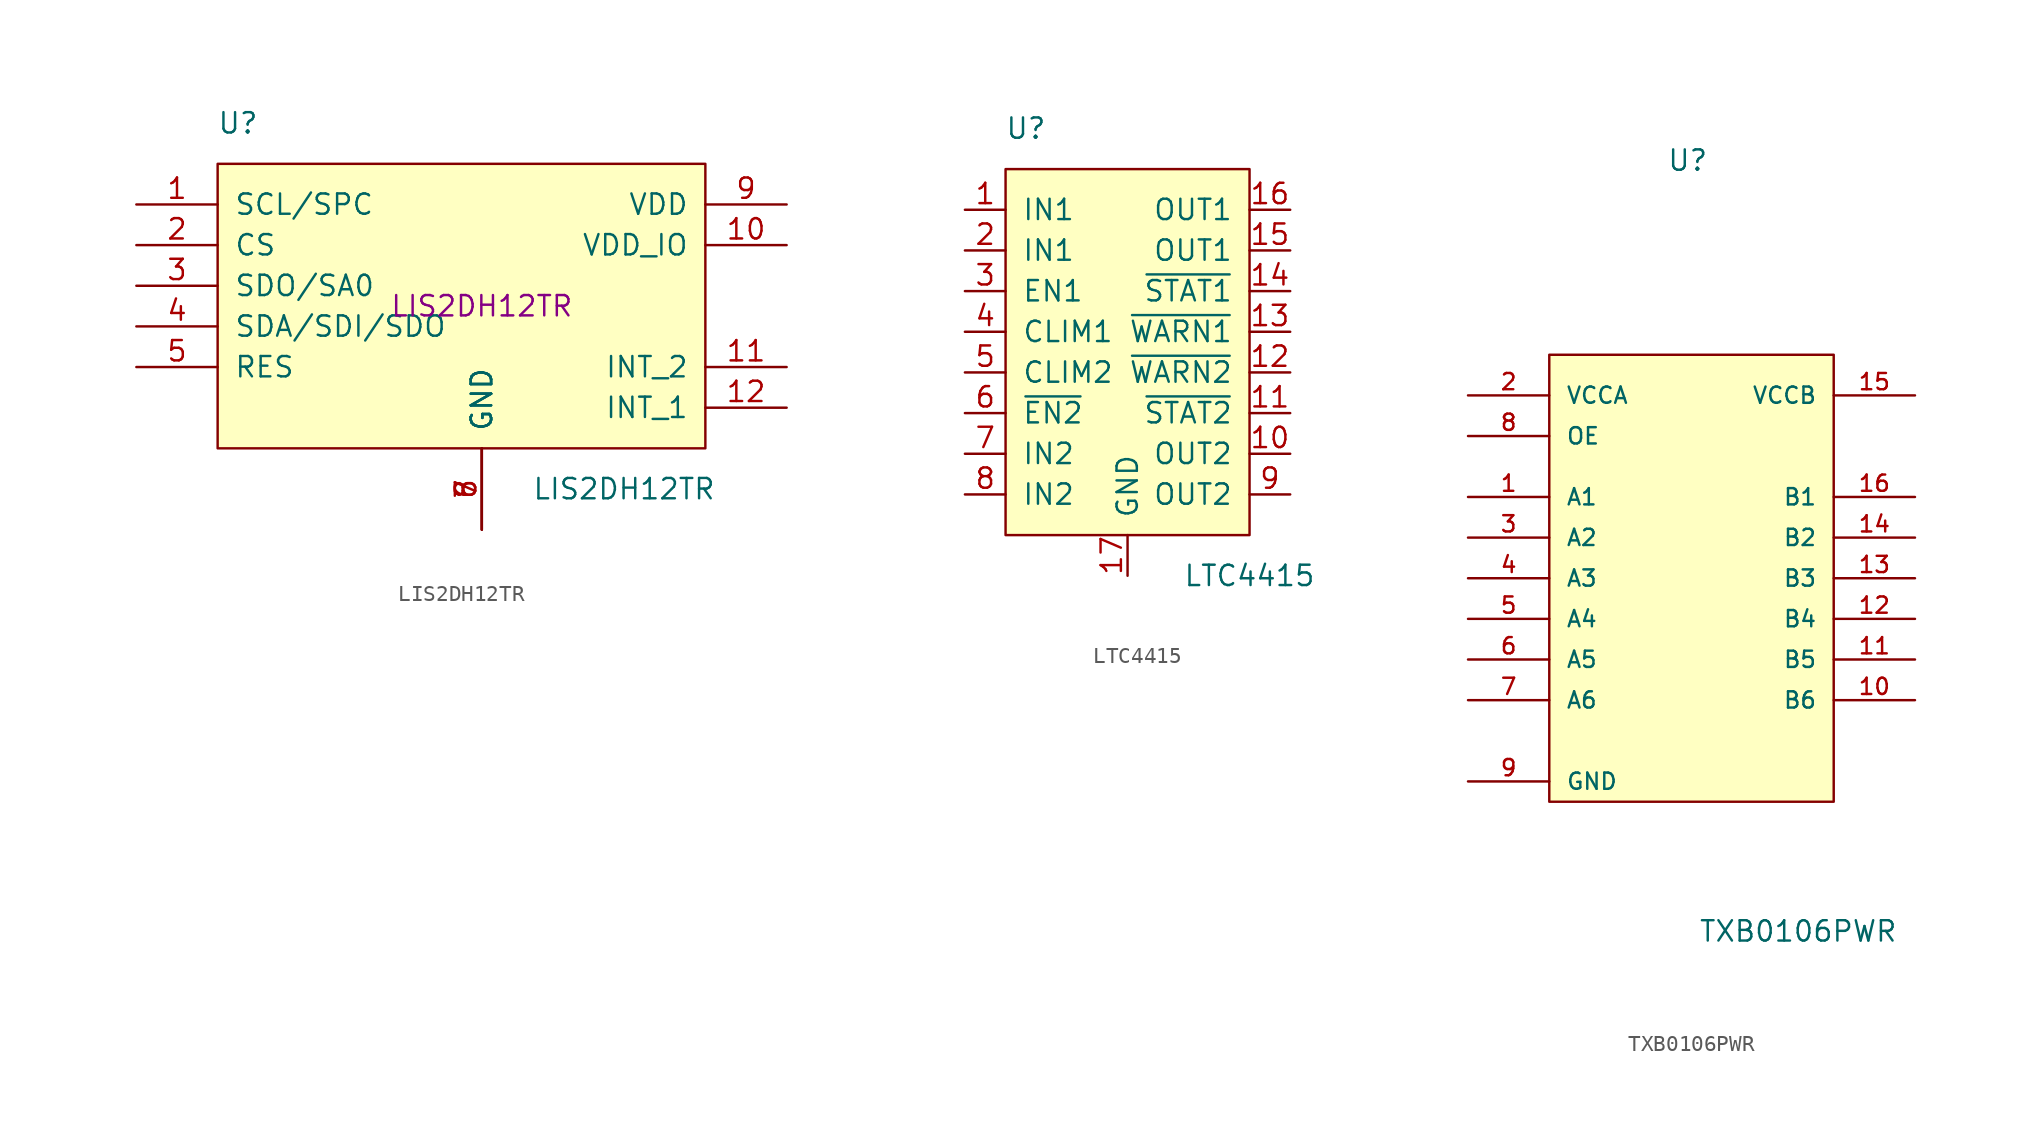
<source format=kicad_sym>
(kicad_symbol_lib
  (version 20211014)
  (generator kicad_symbol_editor)
  (symbol "LIS2DH12TR"
    (pin_names
      (offset 1.016))
    (property "Reference" "U"
      (at -15.24 11.43 0)
      (effects (font (size 1.27 1.27))))
    (property "Value" "LIS2DH12TR"
      (at 8.89 -11.43 0)
      (effects (font (size 1.27 1.27))))
    (property "MPN" "LIS2DH12TR"
      (at 0 0 0)
      (effects (font (size 1.27 1.27))))
    (symbol "LIS2DH12TR_1_1"
      (polyline (pts (xy -16.51 8.89) (xy 13.97 8.89) (xy 13.97 -8.89) (xy -16.51 -8.89) (xy -16.51 8.89)) (stroke (width 0.152) (type default) (color 0 0 0 0)) (fill (type background)))
      (pin bidirectional line (at -21.59 6.35 0) (length 5.08) (name "SCL/SPC" (effects (font (size 1.27 1.27)))) (number "1" (effects (font (size 1.27 1.27)))))
      (pin power_in line (at 19.05 3.81 180) (length 5.08) (name "VDD_IO" (effects (font (size 1.27 1.27)))) (number "10" (effects (font (size 1.27 1.27)))))
      (pin input line (at 19.05 -3.81 180) (length 5.08) (name "INT_2" (effects (font (size 1.27 1.27)))) (number "11" (effects (font (size 1.27 1.27)))))
      (pin input line (at 19.05 -6.35 180) (length 5.08) (name "INT_1" (effects (font (size 1.27 1.27)))) (number "12" (effects (font (size 1.27 1.27)))))
      (pin input line (at -21.59 3.81 0) (length 5.08) (name "CS" (effects (font (size 1.27 1.27)))) (number "2" (effects (font (size 1.27 1.27)))))
      (pin input line (at -21.59 1.27 0) (length 5.08) (name "SDO/SA0" (effects (font (size 1.27 1.27)))) (number "3" (effects (font (size 1.27 1.27)))))
      (pin passive line (at -21.59 -1.27 0) (length 5.08) (name "SDA/SDI/SDO" (effects (font (size 1.27 1.27)))) (number "4" (effects (font (size 1.27 1.27)))))
      (pin passive line (at -21.59 -3.81 0) (length 5.08) (name "RES" (effects (font (size 1.27 1.27)))) (number "5" (effects (font (size 1.27 1.27)))))
      (pin power_in line (at 0 -13.97 90) (length 5.08) (name "GND" (effects (font (size 1.27 1.27)))) (number "6" (effects (font (size 1.27 1.27)))))
      (pin power_in line (at 0 -13.97 90) (length 5.08) (name "GND" (effects (font (size 1.27 1.27)))) (number "7" (effects (font (size 1.27 1.27)))))
      (pin power_in line (at 0 -13.97 90) (length 5.08) (name "GND" (effects (font (size 1.27 1.27)))) (number "8" (effects (font (size 1.27 1.27)))))
      (pin power_in line (at 19.05 6.35 180) (length 5.08) (name "VDD" (effects (font (size 1.27 1.27)))) (number "9" (effects (font (size 1.27 1.27)))))))
  (symbol "LTC4415"
    (pin_names
      (offset 1.016))
    (property "Reference" "U"
      (at -6.35 13.97 0)
      (effects (font (size 1.27 1.27))))
    (property "Value" "LTC4415"
      (at 7.62 -13.97 0)
      (effects (font (size 1.27 1.27))))
    (symbol "LTC4415_0_1"
      (rectangle (start -7.62 11.43) (end 7.62 -11.43) (stroke (width 0) (type default) (color 0 0 0 0)) (fill (type background))))
    (symbol "LTC4415_1_1"
      (pin input line (at -10.16 8.89 0) (length 2.54) (name "IN1" (effects (font (size 1.27 1.27)))) (number "1" (effects (font (size 1.27 1.27)))))
      (pin input line (at 10.16 -6.35 180) (length 2.54) (name "OUT2" (effects (font (size 1.27 1.27)))) (number "10" (effects (font (size 1.27 1.27)))))
      (pin input line (at 10.16 -3.81 180) (length 2.54) (name "~{STAT2}" (effects (font (size 1.27 1.27)))) (number "11" (effects (font (size 1.27 1.27)))))
      (pin input line (at 10.16 -1.27 180) (length 2.54) (name "~{WARN2}" (effects (font (size 1.27 1.27)))) (number "12" (effects (font (size 1.27 1.27)))))
      (pin input line (at 10.16 1.27 180) (length 2.54) (name "~{WARN1}" (effects (font (size 1.27 1.27)))) (number "13" (effects (font (size 1.27 1.27)))))
      (pin input line (at 10.16 3.81 180) (length 2.54) (name "~{STAT1}" (effects (font (size 1.27 1.27)))) (number "14" (effects (font (size 1.27 1.27)))))
      (pin input line (at 10.16 6.35 180) (length 2.54) (name "OUT1" (effects (font (size 1.27 1.27)))) (number "15" (effects (font (size 1.27 1.27)))))
      (pin input line (at 10.16 8.89 180) (length 2.54) (name "OUT1" (effects (font (size 1.27 1.27)))) (number "16" (effects (font (size 1.27 1.27)))))
      (pin input line (at 0 -13.97 90) (length 2.54) (name "GND" (effects (font (size 1.27 1.27)))) (number "17" (effects (font (size 1.27 1.27)))))
      (pin input line (at -10.16 6.35 0) (length 2.54) (name "IN1" (effects (font (size 1.27 1.27)))) (number "2" (effects (font (size 1.27 1.27)))))
      (pin input line (at -10.16 3.81 0) (length 2.54) (name "EN1" (effects (font (size 1.27 1.27)))) (number "3" (effects (font (size 1.27 1.27)))))
      (pin input line (at -10.16 1.27 0) (length 2.54) (name "CLIM1" (effects (font (size 1.27 1.27)))) (number "4" (effects (font (size 1.27 1.27)))))
      (pin input line (at -10.16 -1.27 0) (length 2.54) (name "CLIM2" (effects (font (size 1.27 1.27)))) (number "5" (effects (font (size 1.27 1.27)))))
      (pin input line (at -10.16 -3.81 0) (length 2.54) (name "~{EN2}" (effects (font (size 1.27 1.27)))) (number "6" (effects (font (size 1.27 1.27)))))
      (pin input line (at -10.16 -6.35 0) (length 2.54) (name "IN2" (effects (font (size 1.27 1.27)))) (number "7" (effects (font (size 1.27 1.27)))))
      (pin input line (at -10.16 -8.89 0) (length 2.54) (name "IN2" (effects (font (size 1.27 1.27)))) (number "8" (effects (font (size 1.27 1.27)))))
      (pin input line (at 10.16 -8.89 180) (length 2.54) (name "OUT2" (effects (font (size 1.27 1.27)))) (number "9" (effects (font (size 1.27 1.27)))))))
  (symbol "TXB0106PWR"
    (pin_names
      (offset 1.016))
    (property "Reference" "U"
      (at -5.359 20.295 0)
      (effects (font (size 1.27 1.27)) (justify left bottom)))
    (property "Value" "TXB0106PWR"
      (at -3.378 -27.889 0)
      (effects (font (size 1.27 1.27)) (justify left bottom)))
    (symbol "TXB0106PWR_0_0"
      (pin bidirectional line (at -17.78 0 0) (length 5.08) (name "A1" (effects (font (size 1.016 1.016)))) (number "1" (effects (font (size 1.016 1.016)))))
      (pin bidirectional line (at 10.16 -12.7 180) (length 5.08) (name "B6" (effects (font (size 1.016 1.016)))) (number "10" (effects (font (size 1.016 1.016)))))
      (pin bidirectional line (at 10.16 -10.16 180) (length 5.08) (name "B5" (effects (font (size 1.016 1.016)))) (number "11" (effects (font (size 1.016 1.016)))))
      (pin bidirectional line (at 10.16 -7.62 180) (length 5.08) (name "B4" (effects (font (size 1.016 1.016)))) (number "12" (effects (font (size 1.016 1.016)))))
      (pin bidirectional line (at 10.16 -5.08 180) (length 5.08) (name "B3" (effects (font (size 1.016 1.016)))) (number "13" (effects (font (size 1.016 1.016)))))
      (pin bidirectional line (at 10.16 -2.54 180) (length 5.08) (name "B2" (effects (font (size 1.016 1.016)))) (number "14" (effects (font (size 1.016 1.016)))))
      (pin power_in line (at 10.16 6.35 180) (length 5.08) (name "VCCB" (effects (font (size 1.016 1.016)))) (number "15" (effects (font (size 1.016 1.016)))))
      (pin bidirectional line (at 10.16 0 180) (length 5.08) (name "B1" (effects (font (size 1.016 1.016)))) (number "16" (effects (font (size 1.016 1.016)))))
      (pin power_in line (at -17.78 6.35 0) (length 5.08) (name "VCCA" (effects (font (size 1.016 1.016)))) (number "2" (effects (font (size 1.016 1.016)))))
      (pin bidirectional line (at -17.78 -2.54 0) (length 5.08) (name "A2" (effects (font (size 1.016 1.016)))) (number "3" (effects (font (size 1.016 1.016)))))
      (pin bidirectional line (at -17.78 -5.08 0) (length 5.08) (name "A3" (effects (font (size 1.016 1.016)))) (number "4" (effects (font (size 1.016 1.016)))))
      (pin bidirectional line (at -17.78 -7.62 0) (length 5.08) (name "A4" (effects (font (size 1.016 1.016)))) (number "5" (effects (font (size 1.016 1.016)))))
      (pin bidirectional line (at -17.78 -10.16 0) (length 5.08) (name "A5" (effects (font (size 1.016 1.016)))) (number "6" (effects (font (size 1.016 1.016)))))
      (pin bidirectional line (at -17.78 -12.7 0) (length 5.08) (name "A6" (effects (font (size 1.016 1.016)))) (number "7" (effects (font (size 1.016 1.016)))))
      (pin input line (at -17.78 3.81 0) (length 5.08) (name "OE" (effects (font (size 1.016 1.016)))) (number "8" (effects (font (size 1.016 1.016)))))
      (pin passive line (at -17.78 -17.78 0) (length 5.08) (name "GND" (effects (font (size 1.016 1.016)))) (number "9" (effects (font (size 1.016 1.016))))))
    (symbol "TXB0106PWR_1_1"
      (rectangle (start -12.7 8.89) (end 5.08 -19.05) (stroke (width 0) (type default) (color 0 0 0 0)) (fill (type background))))))
</source>
